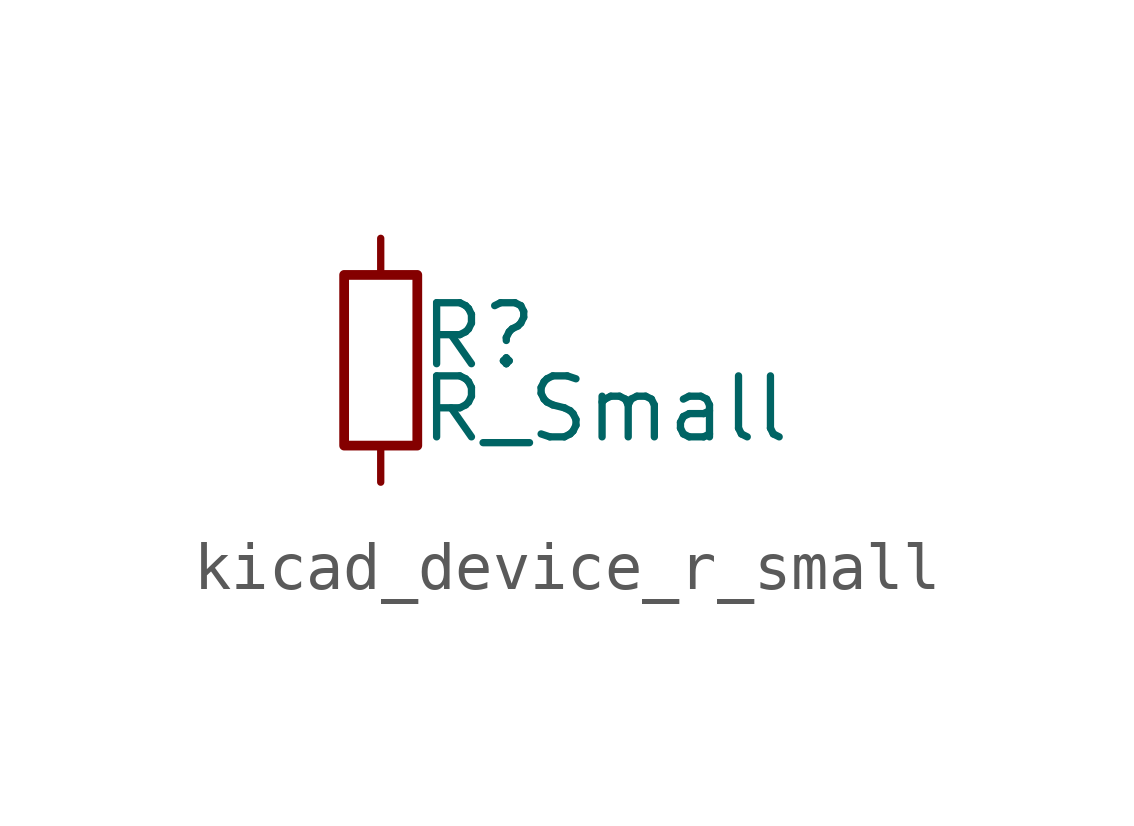
<source format=kicad_sym>
(kicad_symbol_lib
  (version 20220914)
  (generator kicad_symbol_editor)
  (symbol "kicad_device_r_small"
    (pin_numbers hide)
    (pin_names
      (offset 0.254) hide)
    (property "Reference" "R"
      (at 0.762 0.508 0)
      (effects (font (size 1.27 1.27)) (justify left)))
    (property "Value" "R_Small"
      (at 0.762 -1.016 0)
      (effects (font (size 1.27 1.27)) (justify left)))
    (symbol "kicad_device_r_small_0_1"
      (rectangle (start -0.762 1.778) (end 0.762 -1.778) (stroke (width 0.203) (type default)) (fill (type none))))
    (symbol "kicad_device_r_small_1_1"
      (pin passive line (at 0 2.54 270) (length 0.762) (name "~" (effects (font (size 1.27 1.27)))) (number "1" (effects (font (size 1.27 1.27)))))
      (pin passive line (at 0 -2.54 90) (length 0.762) (name "~" (effects (font (size 1.27 1.27)))) (number "2" (effects (font (size 1.27 1.27))))))))
</source>
